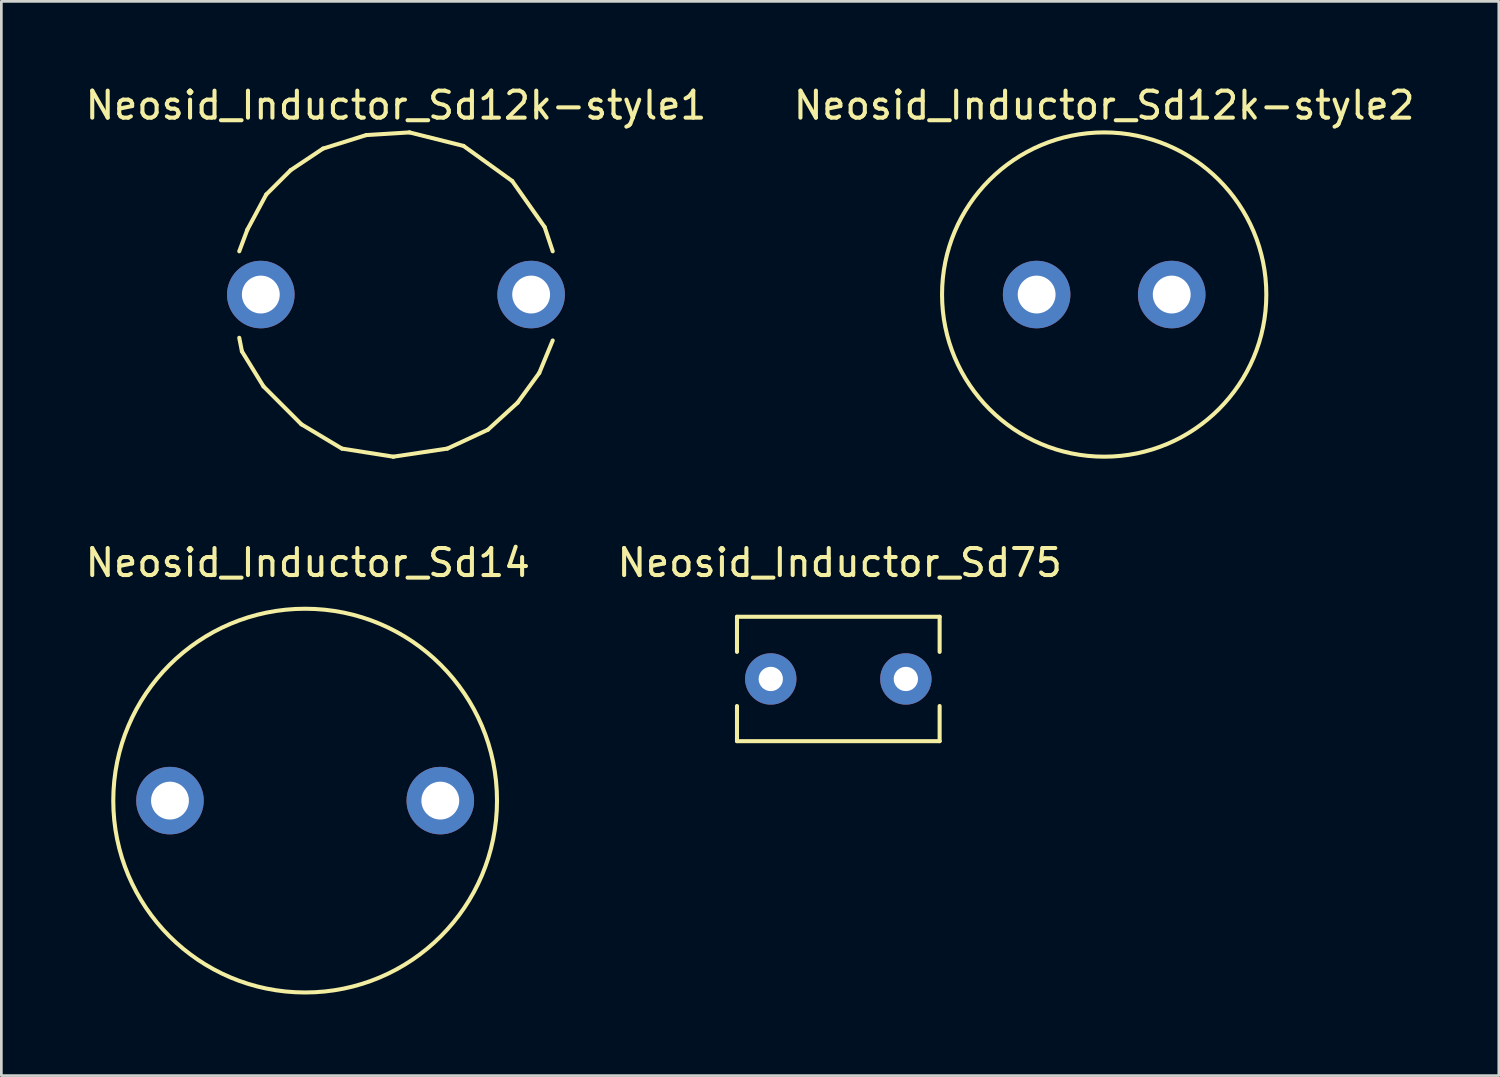
<source format=kicad_pcb>
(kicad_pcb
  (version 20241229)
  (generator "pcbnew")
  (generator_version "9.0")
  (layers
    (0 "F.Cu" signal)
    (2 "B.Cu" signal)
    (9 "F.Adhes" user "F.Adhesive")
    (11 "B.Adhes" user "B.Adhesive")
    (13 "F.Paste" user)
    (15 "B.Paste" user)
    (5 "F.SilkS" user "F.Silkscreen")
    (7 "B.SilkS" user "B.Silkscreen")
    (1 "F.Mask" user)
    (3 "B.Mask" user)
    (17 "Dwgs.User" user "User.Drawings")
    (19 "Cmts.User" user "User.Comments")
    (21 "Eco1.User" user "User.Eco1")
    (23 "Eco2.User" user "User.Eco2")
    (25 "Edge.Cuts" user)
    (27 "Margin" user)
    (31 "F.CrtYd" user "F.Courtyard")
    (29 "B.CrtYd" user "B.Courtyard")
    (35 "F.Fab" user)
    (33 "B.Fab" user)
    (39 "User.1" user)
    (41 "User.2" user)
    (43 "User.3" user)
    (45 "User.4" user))
  (footprint "Neosid_Inductor_Sd75"
    (layer "F.Cu")
    (at 27.967 22.071)
    (property "Reference" "Neosid_Inductor_Sd75" (at 0.051 -4.3 0) (layer "F.SilkS") (effects (font (size 1 1) (thickness 0.15))))
    (attr through_hole)
    (fp_line (start -3.749 -2.301) (end -3.749 -1.001) (stroke (width 0.15) (type solid)) (layer "F.SilkS"))
    (fp_line (start -3.749 1.001) (end -3.749 2.301) (stroke (width 0.15) (type solid)) (layer "F.SilkS"))
    (fp_line (start 3.749 -2.301) (end -3.749 -2.301) (stroke (width 0.15) (type solid)) (layer "F.SilkS"))
    (fp_line (start 3.749 -2.301) (end 3.749 -1.001) (stroke (width 0.15) (type solid)) (layer "F.SilkS"))
    (fp_line (start 3.749 1.001) (end 3.749 2.301) (stroke (width 0.15) (type solid)) (layer "F.SilkS"))
    (fp_line (start 3.749 2.301) (end -3.749 2.301) (stroke (width 0.15) (type solid)) (layer "F.SilkS"))
    (pad "1" thru_hole circle (at -2.499 0) (size 1.9 1.9) (drill 0.899) (layers "*.Cu" "*.Mask"))
    (pad "2" thru_hole circle (at 2.499 0) (size 1.9 1.9) (drill 0.899) (layers "*.Cu" "*.Mask")))
  (footprint "Neosid_Inductor_Sd12k-style2"
    (layer "F.Cu")
    (at 37.804 7.848)
    (property "Reference" "Neosid_Inductor_Sd12k-style2" (at 0 -7 0) (layer "F.SilkS") (effects (font (size 1 1) (thickness 0.15))))
    (attr through_hole)
    (fp_circle (center 0 0) (end 5.999 0) (stroke (width 0.15) (type solid)) (fill no) (layer "F.SilkS"))
    (pad "1" thru_hole circle (at -2.499 0) (size 2.499 2.499) (drill 1.4) (layers "*.Cu" "*.Mask"))
    (pad "2" thru_hole circle (at 2.499 0) (size 2.499 2.499) (drill 1.4) (layers "*.Cu" "*.Mask")))
  (footprint "Neosid_Inductor_Sd12k-style1"
    (layer "F.Cu")
    (at 11.601 7.848)
    (property "Reference" "Neosid_Inductor_Sd12k-style1" (at 0 -7 0) (layer "F.SilkS") (effects (font (size 1 1) (thickness 0.15))))
    (attr through_hole)
    (fp_line (start -5.799 -1.6) (end -5.499 -2.4) (stroke (width 0.15) (type solid)) (layer "F.SilkS"))
    (fp_line (start -5.7 2.101) (end -5.799 1.6) (stroke (width 0.15) (type solid)) (layer "F.SilkS"))
    (fp_line (start -5.499 -2.4) (end -4.801 -3.701) (stroke (width 0.15) (type solid)) (layer "F.SilkS"))
    (fp_line (start -4.9 3.401) (end -5.7 2.101) (stroke (width 0.15) (type solid)) (layer "F.SilkS"))
    (fp_line (start -4.801 -3.701) (end -3.899 -4.6) (stroke (width 0.15) (type solid)) (layer "F.SilkS"))
    (fp_line (start -3.899 -4.6) (end -2.7 -5.4) (stroke (width 0.15) (type solid)) (layer "F.SilkS"))
    (fp_line (start -3.5 4.801) (end -4.9 3.401) (stroke (width 0.15) (type solid)) (layer "F.SilkS"))
    (fp_line (start -2.7 -5.4) (end -1.1 -5.9) (stroke (width 0.15) (type solid)) (layer "F.SilkS"))
    (fp_line (start -1.999 5.7) (end -3.5 4.801) (stroke (width 0.15) (type solid)) (layer "F.SilkS"))
    (fp_line (start -1.1 -5.9) (end 0.5 -5.999) (stroke (width 0.15) (type solid)) (layer "F.SilkS"))
    (fp_line (start -0.099 5.999) (end -1.999 5.7) (stroke (width 0.15) (type solid)) (layer "F.SilkS"))
    (fp_line (start 0.5 -5.999) (end 2.499 -5.499) (stroke (width 0.15) (type solid)) (layer "F.SilkS"))
    (fp_line (start 1.9 5.7) (end -0.099 5.999) (stroke (width 0.15) (type solid)) (layer "F.SilkS"))
    (fp_line (start 2.499 -5.499) (end 4.3 -4.201) (stroke (width 0.15) (type solid)) (layer "F.SilkS"))
    (fp_line (start 3.401 5.001) (end 1.9 5.7) (stroke (width 0.15) (type solid)) (layer "F.SilkS"))
    (fp_line (start 4.3 -4.201) (end 5.499 -2.499) (stroke (width 0.15) (type solid)) (layer "F.SilkS"))
    (fp_line (start 4.501 4) (end 3.401 5.001) (stroke (width 0.15) (type solid)) (layer "F.SilkS"))
    (fp_line (start 5.301 2.901) (end 4.501 4) (stroke (width 0.15) (type solid)) (layer "F.SilkS"))
    (fp_line (start 5.499 -2.499) (end 5.799 -1.6) (stroke (width 0.15) (type solid)) (layer "F.SilkS"))
    (fp_line (start 5.799 1.699) (end 5.301 2.901) (stroke (width 0.15) (type solid)) (layer "F.SilkS"))
    (pad "1" thru_hole circle (at -5.001 0) (size 2.499 2.499) (drill 1.4) (layers "*.Cu" "*.Mask"))
    (pad "2" thru_hole circle (at 5.001 0) (size 2.499 2.499) (drill 1.4) (layers "*.Cu" "*.Mask")))
  (footprint "Neosid_Inductor_Sd14"
    (layer "F.Cu")
    (at 8.24 26.572)
    (property "Reference" "Neosid_Inductor_Sd14" (at 0.099 -8.801 0) (layer "F.SilkS") (effects (font (size 1 1) (thickness 0.15))))
    (attr through_hole)
    (fp_circle (center 0 0) (end 7.099 0) (stroke (width 0.15) (type solid)) (fill no) (layer "F.SilkS"))
    (pad "1" thru_hole circle (at -5.001 0) (size 2.499 2.499) (drill 1.4) (layers "*.Cu" "*.Mask"))
    (pad "2" thru_hole circle (at 5.001 0) (size 2.499 2.499) (drill 1.4) (layers "*.Cu" "*.Mask")))
  (gr_rect
    (start -3 -3)
    (end 52.405 36.747)
    (stroke (width 0.1) (type default))
    (fill no)
    (layer "Edge.Cuts")))
</source>
